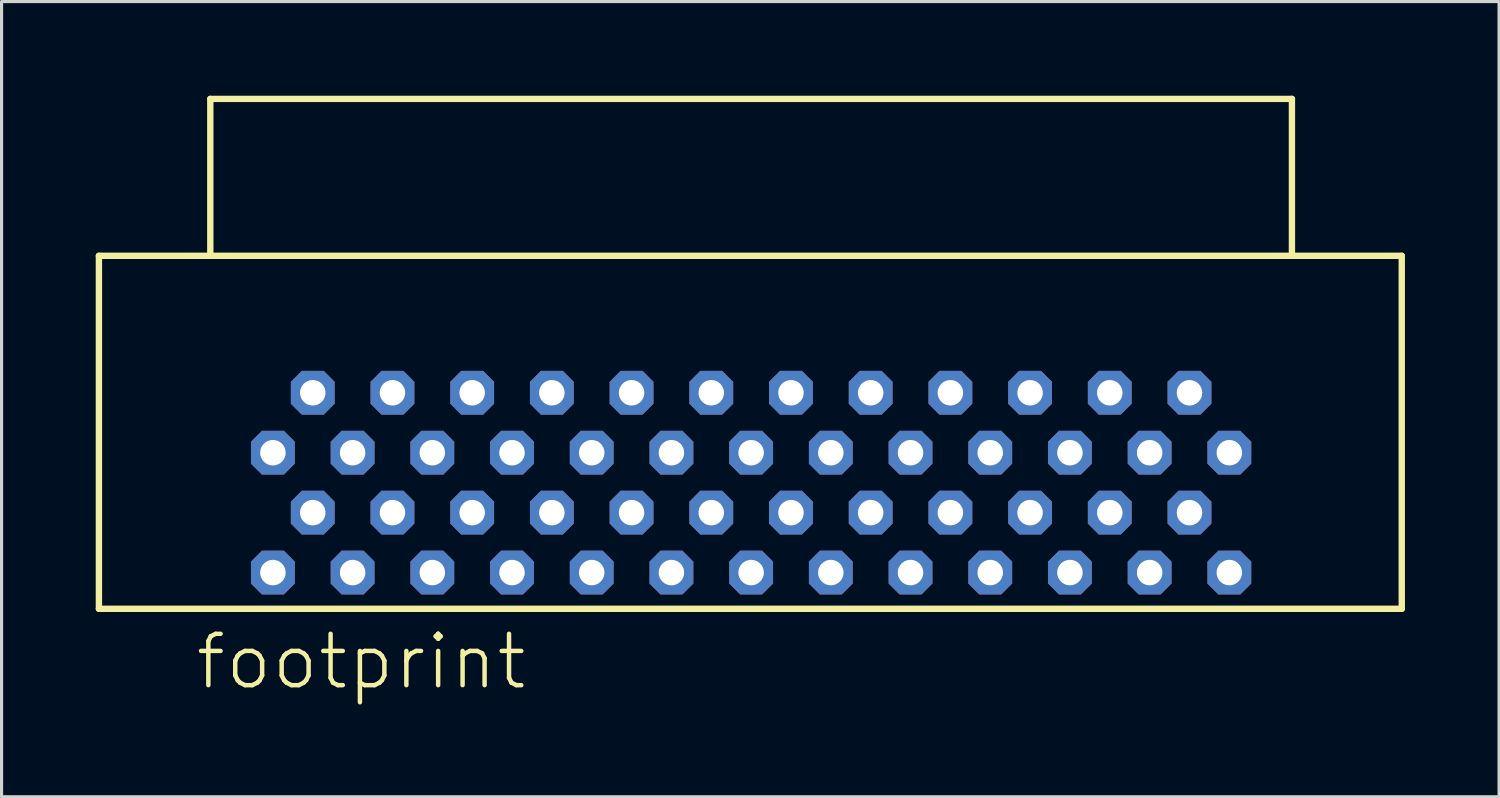
<source format=kicad_pcb>
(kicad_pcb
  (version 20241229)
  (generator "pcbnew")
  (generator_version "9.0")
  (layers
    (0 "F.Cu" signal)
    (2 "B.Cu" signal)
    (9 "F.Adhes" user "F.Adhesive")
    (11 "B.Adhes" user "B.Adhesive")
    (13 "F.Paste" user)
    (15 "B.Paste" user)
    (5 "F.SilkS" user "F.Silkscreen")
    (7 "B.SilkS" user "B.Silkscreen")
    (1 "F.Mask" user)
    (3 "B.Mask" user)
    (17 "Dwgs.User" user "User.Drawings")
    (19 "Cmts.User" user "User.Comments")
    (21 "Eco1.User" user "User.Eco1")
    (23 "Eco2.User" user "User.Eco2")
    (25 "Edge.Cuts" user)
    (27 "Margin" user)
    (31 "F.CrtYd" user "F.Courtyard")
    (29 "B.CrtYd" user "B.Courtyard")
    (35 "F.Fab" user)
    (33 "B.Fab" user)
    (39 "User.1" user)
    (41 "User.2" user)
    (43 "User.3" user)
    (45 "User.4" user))
  (footprint "footprint"
    (layer "F.Cu")
    (at 20.887 9.467)
    (property "Reference" "footprint" (at -17.78 9.525 0) (layer "F.SilkS") (effects (font (size 1.636 1.636) (thickness 0.142)) (justify left bottom)))
    (fp_line (start -20.785 -4.365) (end -17.235 -4.365) (stroke (width 0.203) (type solid)) (layer "F.SilkS"))
    (fp_line (start -20.785 6.885) (end -20.785 -4.365) (stroke (width 0.203) (type solid)) (layer "F.SilkS"))
    (fp_line (start -17.235 -9.365) (end 17.235 -9.365) (stroke (width 0.203) (type solid)) (layer "F.SilkS"))
    (fp_line (start -17.235 -4.365) (end -17.235 -9.365) (stroke (width 0.203) (type solid)) (layer "F.SilkS"))
    (fp_line (start 17.235 -9.365) (end 17.235 -4.365) (stroke (width 0.203) (type solid)) (layer "F.SilkS"))
    (fp_line (start 17.235 -4.365) (end -17.235 -4.365) (stroke (width 0.203) (type solid)) (layer "F.SilkS"))
    (fp_line (start 17.235 -4.365) (end 20.735 -4.365) (stroke (width 0.203) (type solid)) (layer "F.SilkS"))
    (fp_line (start 20.735 -4.365) (end 20.735 6.885) (stroke (width 0.203) (type solid)) (layer "F.SilkS"))
    (fp_line (start 20.735 6.885) (end -20.785 6.885) (stroke (width 0.203) (type solid)) (layer "F.SilkS"))
    (pad "1" thru_hole roundrect (at -15.24 5.73 180) (size 1.397 1.397) (drill 0.813) (layers "*.Cu" "*.Mask") (roundrect_rratio 0.25) (chamfer_ratio 0.25) (chamfer top_left top_right bottom_left bottom_right))
    (pad "2" thru_hole roundrect (at -13.97 3.82 180) (size 1.397 1.397) (drill 0.813) (layers "*.Cu" "*.Mask") (roundrect_rratio 0.25) (chamfer_ratio 0.25) (chamfer top_left top_right bottom_left bottom_right))
    (pad "3" thru_hole roundrect (at -12.7 5.73 180) (size 1.397 1.397) (drill 0.813) (layers "*.Cu" "*.Mask") (roundrect_rratio 0.25) (chamfer_ratio 0.25) (chamfer top_left top_right bottom_left bottom_right))
    (pad "4" thru_hole roundrect (at -11.43 3.82 180) (size 1.397 1.397) (drill 0.813) (layers "*.Cu" "*.Mask") (roundrect_rratio 0.25) (chamfer_ratio 0.25) (chamfer top_left top_right bottom_left bottom_right))
    (pad "5" thru_hole roundrect (at -10.16 5.73 180) (size 1.397 1.397) (drill 0.813) (layers "*.Cu" "*.Mask") (roundrect_rratio 0.25) (chamfer_ratio 0.25) (chamfer top_left top_right bottom_left bottom_right))
    (pad "6" thru_hole roundrect (at -8.89 3.82 180) (size 1.397 1.397) (drill 0.813) (layers "*.Cu" "*.Mask") (roundrect_rratio 0.25) (chamfer_ratio 0.25) (chamfer top_left top_right bottom_left bottom_right))
    (pad "7" thru_hole roundrect (at -7.62 5.73 180) (size 1.397 1.397) (drill 0.813) (layers "*.Cu" "*.Mask") (roundrect_rratio 0.25) (chamfer_ratio 0.25) (chamfer top_left top_right bottom_left bottom_right))
    (pad "8" thru_hole roundrect (at -6.35 3.82 180) (size 1.397 1.397) (drill 0.813) (layers "*.Cu" "*.Mask") (roundrect_rratio 0.25) (chamfer_ratio 0.25) (chamfer top_left top_right bottom_left bottom_right))
    (pad "9" thru_hole roundrect (at -5.08 5.73 180) (size 1.397 1.397) (drill 0.813) (layers "*.Cu" "*.Mask") (roundrect_rratio 0.25) (chamfer_ratio 0.25) (chamfer top_left top_right bottom_left bottom_right))
    (pad "10" thru_hole roundrect (at -3.81 3.82 180) (size 1.397 1.397) (drill 0.813) (layers "*.Cu" "*.Mask") (roundrect_rratio 0.25) (chamfer_ratio 0.25) (chamfer top_left top_right bottom_left bottom_right))
    (pad "11" thru_hole roundrect (at -2.54 5.73 180) (size 1.397 1.397) (drill 0.813) (layers "*.Cu" "*.Mask") (roundrect_rratio 0.25) (chamfer_ratio 0.25) (chamfer top_left top_right bottom_left bottom_right))
    (pad "12" thru_hole roundrect (at -1.27 3.82 180) (size 1.397 1.397) (drill 0.813) (layers "*.Cu" "*.Mask") (roundrect_rratio 0.25) (chamfer_ratio 0.25) (chamfer top_left top_right bottom_left bottom_right))
    (pad "13" thru_hole roundrect (at 0 5.73 180) (size 1.397 1.397) (drill 0.813) (layers "*.Cu" "*.Mask") (roundrect_rratio 0.25) (chamfer_ratio 0.25) (chamfer top_left top_right bottom_left bottom_right))
    (pad "14" thru_hole roundrect (at 1.27 3.82 180) (size 1.397 1.397) (drill 0.813) (layers "*.Cu" "*.Mask") (roundrect_rratio 0.25) (chamfer_ratio 0.25) (chamfer top_left top_right bottom_left bottom_right))
    (pad "15" thru_hole roundrect (at 2.54 5.73 180) (size 1.397 1.397) (drill 0.813) (layers "*.Cu" "*.Mask") (roundrect_rratio 0.25) (chamfer_ratio 0.25) (chamfer top_left top_right bottom_left bottom_right))
    (pad "16" thru_hole roundrect (at 3.81 3.82 180) (size 1.397 1.397) (drill 0.813) (layers "*.Cu" "*.Mask") (roundrect_rratio 0.25) (chamfer_ratio 0.25) (chamfer top_left top_right bottom_left bottom_right))
    (pad "17" thru_hole roundrect (at 5.08 5.73 180) (size 1.397 1.397) (drill 0.813) (layers "*.Cu" "*.Mask") (roundrect_rratio 0.25) (chamfer_ratio 0.25) (chamfer top_left top_right bottom_left bottom_right))
    (pad "18" thru_hole roundrect (at 6.35 3.82 180) (size 1.397 1.397) (drill 0.813) (layers "*.Cu" "*.Mask") (roundrect_rratio 0.25) (chamfer_ratio 0.25) (chamfer top_left top_right bottom_left bottom_right))
    (pad "19" thru_hole roundrect (at 7.62 5.73 180) (size 1.397 1.397) (drill 0.813) (layers "*.Cu" "*.Mask") (roundrect_rratio 0.25) (chamfer_ratio 0.25) (chamfer top_left top_right bottom_left bottom_right))
    (pad "20" thru_hole roundrect (at 8.89 3.82 180) (size 1.397 1.397) (drill 0.813) (layers "*.Cu" "*.Mask") (roundrect_rratio 0.25) (chamfer_ratio 0.25) (chamfer top_left top_right bottom_left bottom_right))
    (pad "21" thru_hole roundrect (at 10.16 5.73 180) (size 1.397 1.397) (drill 0.813) (layers "*.Cu" "*.Mask") (roundrect_rratio 0.25) (chamfer_ratio 0.25) (chamfer top_left top_right bottom_left bottom_right))
    (pad "22" thru_hole roundrect (at 11.43 3.82 180) (size 1.397 1.397) (drill 0.813) (layers "*.Cu" "*.Mask") (roundrect_rratio 0.25) (chamfer_ratio 0.25) (chamfer top_left top_right bottom_left bottom_right))
    (pad "23" thru_hole roundrect (at 12.7 5.73 180) (size 1.397 1.397) (drill 0.813) (layers "*.Cu" "*.Mask") (roundrect_rratio 0.25) (chamfer_ratio 0.25) (chamfer top_left top_right bottom_left bottom_right))
    (pad "24" thru_hole roundrect (at 13.97 3.82 180) (size 1.397 1.397) (drill 0.813) (layers "*.Cu" "*.Mask") (roundrect_rratio 0.25) (chamfer_ratio 0.25) (chamfer top_left top_right bottom_left bottom_right))
    (pad "25" thru_hole roundrect (at 15.24 5.73 180) (size 1.397 1.397) (drill 0.813) (layers "*.Cu" "*.Mask") (roundrect_rratio 0.25) (chamfer_ratio 0.25) (chamfer top_left top_right bottom_left bottom_right))
    (pad "26" thru_hole roundrect (at -15.24 1.91 180) (size 1.397 1.397) (drill 0.813) (layers "*.Cu" "*.Mask") (roundrect_rratio 0.25) (chamfer_ratio 0.25) (chamfer top_left top_right bottom_left bottom_right))
    (pad "27" thru_hole roundrect (at -13.97 0 180) (size 1.397 1.397) (drill 0.813) (layers "*.Cu" "*.Mask") (roundrect_rratio 0.25) (chamfer_ratio 0.25) (chamfer top_left top_right bottom_left bottom_right))
    (pad "28" thru_hole roundrect (at -12.7 1.91 180) (size 1.397 1.397) (drill 0.813) (layers "*.Cu" "*.Mask") (roundrect_rratio 0.25) (chamfer_ratio 0.25) (chamfer top_left top_right bottom_left bottom_right))
    (pad "29" thru_hole roundrect (at -11.43 0 180) (size 1.397 1.397) (drill 0.813) (layers "*.Cu" "*.Mask") (roundrect_rratio 0.25) (chamfer_ratio 0.25) (chamfer top_left top_right bottom_left bottom_right))
    (pad "30" thru_hole roundrect (at -10.16 1.91 180) (size 1.397 1.397) (drill 0.813) (layers "*.Cu" "*.Mask") (roundrect_rratio 0.25) (chamfer_ratio 0.25) (chamfer top_left top_right bottom_left bottom_right))
    (pad "31" thru_hole roundrect (at -8.89 0 180) (size 1.397 1.397) (drill 0.813) (layers "*.Cu" "*.Mask") (roundrect_rratio 0.25) (chamfer_ratio 0.25) (chamfer top_left top_right bottom_left bottom_right))
    (pad "32" thru_hole roundrect (at -7.62 1.91 180) (size 1.397 1.397) (drill 0.813) (layers "*.Cu" "*.Mask") (roundrect_rratio 0.25) (chamfer_ratio 0.25) (chamfer top_left top_right bottom_left bottom_right))
    (pad "33" thru_hole roundrect (at -6.35 0 180) (size 1.397 1.397) (drill 0.813) (layers "*.Cu" "*.Mask") (roundrect_rratio 0.25) (chamfer_ratio 0.25) (chamfer top_left top_right bottom_left bottom_right))
    (pad "34" thru_hole roundrect (at -5.08 1.91 180) (size 1.397 1.397) (drill 0.813) (layers "*.Cu" "*.Mask") (roundrect_rratio 0.25) (chamfer_ratio 0.25) (chamfer top_left top_right bottom_left bottom_right))
    (pad "35" thru_hole roundrect (at -3.81 0 180) (size 1.397 1.397) (drill 0.813) (layers "*.Cu" "*.Mask") (roundrect_rratio 0.25) (chamfer_ratio 0.25) (chamfer top_left top_right bottom_left bottom_right))
    (pad "36" thru_hole roundrect (at -2.54 1.91 180) (size 1.397 1.397) (drill 0.813) (layers "*.Cu" "*.Mask") (roundrect_rratio 0.25) (chamfer_ratio 0.25) (chamfer top_left top_right bottom_left bottom_right))
    (pad "37" thru_hole roundrect (at -1.27 0 180) (size 1.397 1.397) (drill 0.813) (layers "*.Cu" "*.Mask") (roundrect_rratio 0.25) (chamfer_ratio 0.25) (chamfer top_left top_right bottom_left bottom_right))
    (pad "38" thru_hole roundrect (at 0 1.91 180) (size 1.397 1.397) (drill 0.813) (layers "*.Cu" "*.Mask") (roundrect_rratio 0.25) (chamfer_ratio 0.25) (chamfer top_left top_right bottom_left bottom_right))
    (pad "39" thru_hole roundrect (at 1.27 0 180) (size 1.397 1.397) (drill 0.813) (layers "*.Cu" "*.Mask") (roundrect_rratio 0.25) (chamfer_ratio 0.25) (chamfer top_left top_right bottom_left bottom_right))
    (pad "40" thru_hole roundrect (at 2.54 1.91 180) (size 1.397 1.397) (drill 0.813) (layers "*.Cu" "*.Mask") (roundrect_rratio 0.25) (chamfer_ratio 0.25) (chamfer top_left top_right bottom_left bottom_right))
    (pad "41" thru_hole roundrect (at 3.81 0 180) (size 1.397 1.397) (drill 0.813) (layers "*.Cu" "*.Mask") (roundrect_rratio 0.25) (chamfer_ratio 0.25) (chamfer top_left top_right bottom_left bottom_right))
    (pad "42" thru_hole roundrect (at 5.08 1.91 180) (size 1.397 1.397) (drill 0.813) (layers "*.Cu" "*.Mask") (roundrect_rratio 0.25) (chamfer_ratio 0.25) (chamfer top_left top_right bottom_left bottom_right))
    (pad "43" thru_hole roundrect (at 6.35 0 180) (size 1.397 1.397) (drill 0.813) (layers "*.Cu" "*.Mask") (roundrect_rratio 0.25) (chamfer_ratio 0.25) (chamfer top_left top_right bottom_left bottom_right))
    (pad "44" thru_hole roundrect (at 7.62 1.91 180) (size 1.397 1.397) (drill 0.813) (layers "*.Cu" "*.Mask") (roundrect_rratio 0.25) (chamfer_ratio 0.25) (chamfer top_left top_right bottom_left bottom_right))
    (pad "45" thru_hole roundrect (at 8.89 0 180) (size 1.397 1.397) (drill 0.813) (layers "*.Cu" "*.Mask") (roundrect_rratio 0.25) (chamfer_ratio 0.25) (chamfer top_left top_right bottom_left bottom_right))
    (pad "46" thru_hole roundrect (at 10.16 1.91 180) (size 1.397 1.397) (drill 0.813) (layers "*.Cu" "*.Mask") (roundrect_rratio 0.25) (chamfer_ratio 0.25) (chamfer top_left top_right bottom_left bottom_right))
    (pad "47" thru_hole roundrect (at 11.43 0 180) (size 1.397 1.397) (drill 0.813) (layers "*.Cu" "*.Mask") (roundrect_rratio 0.25) (chamfer_ratio 0.25) (chamfer top_left top_right bottom_left bottom_right))
    (pad "48" thru_hole roundrect (at 12.7 1.91 180) (size 1.397 1.397) (drill 0.813) (layers "*.Cu" "*.Mask") (roundrect_rratio 0.25) (chamfer_ratio 0.25) (chamfer top_left top_right bottom_left bottom_right))
    (pad "49" thru_hole roundrect (at 13.97 0 180) (size 1.397 1.397) (drill 0.813) (layers "*.Cu" "*.Mask") (roundrect_rratio 0.25) (chamfer_ratio 0.25) (chamfer top_left top_right bottom_left bottom_right))
    (pad "50" thru_hole roundrect (at 15.24 1.91 180) (size 1.397 1.397) (drill 0.813) (layers "*.Cu" "*.Mask") (roundrect_rratio 0.25) (chamfer_ratio 0.25) (chamfer top_left top_right bottom_left bottom_right)))
  (gr_rect
    (start -3 -3)
    (end 44.723 22.342)
    (stroke (width 0.1) (type default))
    (fill no)
    (layer "Edge.Cuts")))
</source>
